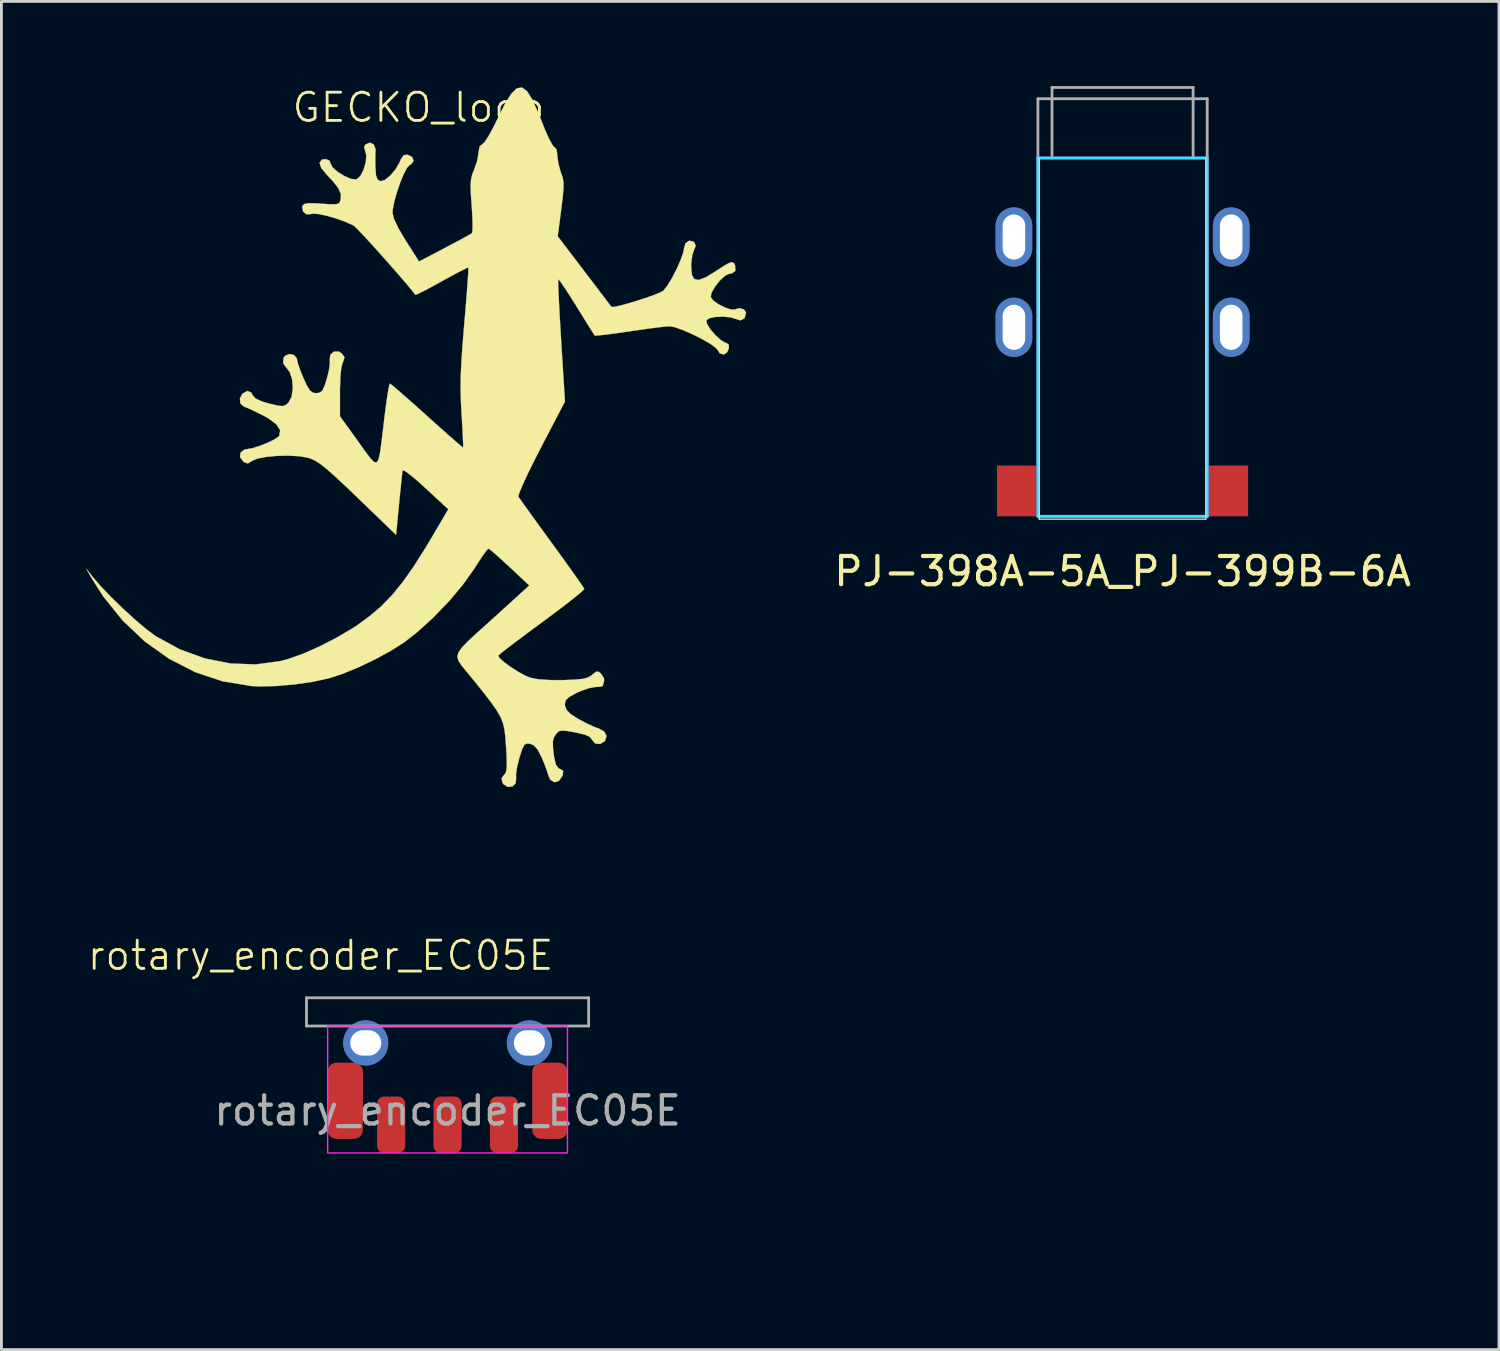
<source format=kicad_pcb>
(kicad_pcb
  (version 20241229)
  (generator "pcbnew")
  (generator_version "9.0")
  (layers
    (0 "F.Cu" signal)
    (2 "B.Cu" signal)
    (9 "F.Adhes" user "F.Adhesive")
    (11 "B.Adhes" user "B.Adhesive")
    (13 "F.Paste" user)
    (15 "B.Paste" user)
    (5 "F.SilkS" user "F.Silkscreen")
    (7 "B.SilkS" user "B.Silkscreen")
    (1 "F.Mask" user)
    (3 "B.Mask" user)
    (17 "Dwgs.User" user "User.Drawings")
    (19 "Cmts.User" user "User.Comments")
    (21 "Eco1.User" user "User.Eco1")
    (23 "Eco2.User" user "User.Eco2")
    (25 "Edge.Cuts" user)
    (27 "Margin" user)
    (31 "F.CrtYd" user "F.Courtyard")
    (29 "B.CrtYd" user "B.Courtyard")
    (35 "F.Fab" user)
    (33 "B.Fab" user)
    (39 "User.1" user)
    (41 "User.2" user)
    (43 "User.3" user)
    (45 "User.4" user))
  (footprint "rotary_encoder_EC05E"
    (layer "F.Cu")
    (at 12.812 33.813)
    (property "Reference" "rotary_encoder_EC05E" (at -4.5 -3 0) (unlocked yes) (layer "F.SilkS") (effects (font (size 1 1) (thickness 0.1))))
    (attr through_hole)
    (fp_rect (start -4.25 -0.5) (end 4.25 4) (stroke (width 0.05) (type default)) (fill no) (layer "F.CrtYd"))
    (fp_line (start -5 -1.5) (end 5 -1.5) (stroke (width 0.1) (type default)) (layer "F.Fab"))
    (fp_line (start -5 -0.5) (end -5 -1.5) (stroke (width 0.1) (type default)) (layer "F.Fab"))
    (fp_line (start 5 -1.5) (end 5 -0.5) (stroke (width 0.1) (type default)) (layer "F.Fab"))
    (fp_line (start 5 -0.5) (end -5 -0.5) (stroke (width 0.1) (type default)) (layer "F.Fab"))
    (fp_line (start 2.4 -1) (end 2.4 -3.5) (stroke (width 0.1) (type default)) (layer "User.9"))
    (fp_line (start 3.4 -1) (end 3.4 -3.5) (stroke (width 0.1) (type default)) (layer "User.9"))
    (fp_text user "${REFERENCE}" (at 0 2.5 0) (unlocked yes) (layer "F.Fab") (effects (font (size 1 1) (thickness 0.15))))
    (dimension (type orthogonal) (layer "User.8") (pts (xy 9.187 34.613) (xy 12.812 33.813)) (height -2.5) (orientation 1) (format (prefix "") (suffix "") (units 3) (units_format 1) (precision 2)) (style (thickness 0.1) (arrow_length 0.6) (text_position_mode 0) (arrow_direction outward) (extension_height 0.586) (extension_offset 0.5) (keep_text_aligned yes)) (gr_text "0.80 mm" (at 6.087 34.213 90) (layer "User.8") (effects (font (size 0.5 0.5) (thickness 0.1)))))
    (dimension (type orthogonal) (layer "User.8") (pts (xy 10.812 35.813) (xy 12.812 33.813)) (height -6.5) (orientation 1) (format (prefix "") (suffix "") (units 3) (units_format 1) (precision 2)) (style (thickness 0.1) (arrow_length 0.6) (text_position_mode 0) (arrow_direction outward) (extension_height 0.586) (extension_offset 0.5) (keep_text_aligned yes)) (gr_text "2.00 mm" (at 3.712 34.813 90) (layer "User.8") (effects (font (size 0.5 0.5) (thickness 0.1)))))
    (dimension (type orthogonal) (layer "User.8") (pts (xy 14.812 36.313) (xy 10.812 36.313)) (height 2) (orientation 0) (format (prefix "") (suffix "") (units 3) (units_format 1) (precision 2)) (style (thickness 0.1) (arrow_length 0.6) (text_position_mode 2) (arrow_direction outward) (extension_height 0.586) (extension_offset 0.5) (keep_text_aligned yes)) (gr_text "4.00 mm" (at 12.812 39.313 0) (layer "User.8") (effects (font (size 0.5 0.5) (thickness 0.1)))))
    (dimension (type orthogonal) (layer "User.8") (pts (xy 17.062 35.813) (xy 8.562 35.963)) (height 4.5) (orientation 0) (format (prefix "") (suffix "") (units 3) (units_format 1) (precision 2)) (style (thickness 0.1) (arrow_length 0.6) (text_position_mode 2) (arrow_direction outward) (extension_height 0.586) (extension_offset 0.5) (keep_text_aligned yes)) (gr_text "8.50 mm" (at 12.812 41.313 0) (layer "User.8") (effects (font (size 0.5 0.5) (thickness 0.1)))))
    (dimension (type orthogonal) (layer "User.9") (pts (xy 16.212 30.313) (xy 12.812 30.313)) (height -1) (orientation 0) (format (prefix "") (suffix "") (units 3) (units_format 1) (precision 2)) (style (thickness 0.1) (arrow_length 0.6) (text_position_mode 2) (arrow_direction outward) (extension_height 0.586) (extension_offset 0.5) (keep_text_aligned yes)) (gr_text "3.40 mm" (at 14.812 28.313 0) (layer "User.9") (effects (font (size 0.5 0.5) (thickness 0.1)))))
    (dimension (type orthogonal) (layer "User.9") (pts (xy 15.212 30.063) (xy 12.812 28.313)) (height 0.25) (orientation 0) (format (prefix "") (suffix "") (units 3) (units_format 1) (precision 2)) (style (thickness 0.1) (arrow_length 0.6) (text_position_mode 2) (arrow_direction outward) (extension_height 0.586) (extension_offset 0.5) (keep_text_aligned yes)) (gr_text "2.40 mm" (at 12.812 30.313 0) (layer "User.9") (effects (font (size 0.5 0.5) (thickness 0.1)))))
    (pad "A" smd roundrect (at 2 3) (size 1 2) (layers "F.Cu" "F.Mask" "F.Paste") (roundrect_rratio 0.25))
    (pad "B" smd roundrect (at -2 3) (size 1 2) (layers "F.Cu" "F.Mask" "F.Paste") (roundrect_rratio 0.25))
    (pad "C" smd roundrect (at 0 3) (size 1 2) (layers "F.Cu" "F.Mask" "F.Paste") (roundrect_rratio 0.25))
    (pad "nc" smd roundrect (at -3.625 2.15) (size 1.25 2.7) (layers "F.Cu" "F.Mask" "F.Paste") (roundrect_rratio 0.25))
    (pad "nc" thru_hole circle (at -2.9 0.1) (size 1.6 1.6) (drill oval 1.1 0.9) (layers "*.Cu" "*.Mask"))
    (pad "nc" thru_hole circle (at 2.9 0.1) (size 1.6 1.6) (drill oval 1.1 0.9) (layers "*.Cu" "*.Mask"))
    (pad "nc" smd roundrect (at 3.625 2.15) (size 1.25 2.7) (layers "F.Cu" "F.Mask" "F.Paste") (roundrect_rratio 0.25)))
  (footprint "PJ-398A-5A_PJ-399B-6A"
    (layer "F.Cu")
    (at 36.735 2.55)
    (property "Reference" "PJ-398A-5A_PJ-399B-6A" (at 0 14.65 0) (layer "F.SilkS") (effects (font (size 1 1) (thickness 0.15))))
    (attr through_hole)
    (fp_line (start -2.95 -0.01) (end -2.95 12.8) (stroke (width 0.05) (type default)) (layer "Edge.Cuts"))
    (fp_line (start -2.95 12.8) (end 2.95 12.8) (stroke (width 0.05) (type default)) (layer "Edge.Cuts"))
    (fp_line (start 2.95 12.8) (end 2.95 0) (stroke (width 0.05) (type default)) (layer "Edge.Cuts"))
    (fp_line (start -3 0) (end -3 12.7) (stroke (width 0.1) (type solid)) (layer "B.CrtYd"))
    (fp_line (start -3 0) (end 3 0) (stroke (width 0.1) (type solid)) (layer "B.CrtYd"))
    (fp_line (start -3 12.7) (end 3 12.7) (stroke (width 0.1) (type solid)) (layer "B.CrtYd"))
    (fp_line (start 3 0) (end 3 12.7) (stroke (width 0.1) (type solid)) (layer "B.CrtYd"))
    (fp_line (start -3 0) (end -3 12.7) (stroke (width 0.1) (type solid)) (layer "F.CrtYd"))
    (fp_line (start -3 0) (end 3 0) (stroke (width 0.1) (type solid)) (layer "F.CrtYd"))
    (fp_line (start -3 12.7) (end 3 12.7) (stroke (width 0.1) (type solid)) (layer "F.CrtYd"))
    (fp_line (start 3 0) (end 3 12.7) (stroke (width 0.1) (type solid)) (layer "F.CrtYd"))
    (fp_line (start -3 -2.1) (end 3 -2.1) (stroke (width 0.1) (type default)) (layer "F.Fab"))
    (fp_line (start -3 0) (end -3 -2.1) (stroke (width 0.1) (type default)) (layer "F.Fab"))
    (fp_line (start -2.5 -2.5) (end -2.5 0) (stroke (width 0.1) (type default)) (layer "F.Fab"))
    (fp_line (start -2.5 -2.5) (end 2.5 -2.5) (stroke (width 0.1) (type default)) (layer "F.Fab"))
    (fp_line (start 2.5 -2.5) (end 2.5 0) (stroke (width 0.1) (type default)) (layer "F.Fab"))
    (fp_line (start 3 0) (end 3 -2.1) (stroke (width 0.1) (type default)) (layer "F.Fab"))
    (fp_rect (start -2.95 -0.01) (end 2.95 12.7) (stroke (width 0.1) (type default)) (fill no) (layer "User.2"))
    (pad "R" thru_hole oval (at -3.85 6) (size 1.3 2.1) (drill oval 0.8 1.6) (layers "*.Cu" "*.Mask"))
    (pad "R" thru_hole oval (at 3.85 6) (size 1.3 2.1) (drill oval 0.8 1.6) (layers "*.Cu" "*.Mask"))
    (pad "S" thru_hole oval (at -3.85 2.8) (size 1.3 2.1) (drill oval 0.8 1.6) (layers "*.Cu" "*.Mask"))
    (pad "S" thru_hole oval (at 3.85 2.8) (size 1.3 2.1) (drill oval 0.8 1.6) (layers "*.Cu" "*.Mask"))
    (pad "T" smd rect (at -3.75 11.8) (size 1.4 1.8) (layers "F.Cu" "F.Mask" "F.Paste"))
    (pad "T" smd rect (at 3.75 11.8) (size 1.4 1.8) (layers "F.Cu" "F.Mask" "F.Paste")))
  (footprint "GECKO_logo"
    (layer "F.Cu")
    (at 13.312 10.15)
    (property "Reference" "GECKO_logo" (at -1.53 -9.39 0) (unlocked yes) (layer "F.SilkS") (effects (font (size 1 1) (thickness 0.1))))
    (attr smd)
    (fp_poly (pts (xy 2.32 -9.964) (xy 2.508 -9.665) (xy 2.715 -9.202) (xy 2.807 -8.969) (xy 2.957 -8.594) (xy 3.096 -8.285) (xy 3.21 -8.073) (xy 3.282 -7.987) (xy 3.286 -7.987) (xy 3.361 -7.91) (xy 3.391 -7.703) (xy 3.391 -7.692) (xy 3.425 -7.414) (xy 3.507 -7.112) (xy 3.523 -7.069) (xy 3.579 -6.908) (xy 3.608 -6.744) (xy 3.61 -6.537) (xy 3.586 -6.246) (xy 3.535 -5.832) (xy 3.529 -5.783) (xy 3.404 -4.825) (xy 4.344 -3.591) (xy 4.644 -3.197) (xy 4.907 -2.852) (xy 5.117 -2.576) (xy 5.256 -2.393) (xy 5.309 -2.323) (xy 5.403 -2.323) (xy 5.615 -2.369) (xy 5.907 -2.448) (xy 6.238 -2.548) (xy 6.569 -2.656) (xy 6.859 -2.761) (xy 7.068 -2.849) (xy 7.147 -2.895) (xy 7.285 -3.066) (xy 7.45 -3.338) (xy 7.617 -3.661) (xy 7.76 -3.983) (xy 7.855 -4.253) (xy 7.879 -4.389) (xy 7.933 -4.578) (xy 8.062 -4.67) (xy 8.215 -4.633) (xy 8.242 -4.609) (xy 8.296 -4.488) (xy 8.236 -4.345) (xy 8.175 -4.163) (xy 8.138 -3.894) (xy 8.133 -3.761) (xy 8.158 -3.468) (xy 8.243 -3.309) (xy 8.403 -3.278) (xy 8.653 -3.373) (xy 8.99 -3.578) (xy 9.288 -3.773) (xy 9.478 -3.88) (xy 9.59 -3.907) (xy 9.654 -3.865) (xy 9.69 -3.788) (xy 9.702 -3.603) (xy 9.574 -3.508) (xy 9.489 -3.5) (xy 9.34 -3.432) (xy 9.157 -3.264) (xy 8.983 -3.047) (xy 8.859 -2.832) (xy 8.826 -2.676) (xy 8.915 -2.551) (xy 9.103 -2.417) (xy 9.334 -2.301) (xy 9.551 -2.231) (xy 9.698 -2.233) (xy 9.709 -2.241) (xy 9.855 -2.279) (xy 10.007 -2.23) (xy 10.079 -2.12) (xy 10.079 -2.115) (xy 10.023 -1.916) (xy 9.883 -1.846) (xy 9.758 -1.882) (xy 9.544 -1.95) (xy 9.272 -1.978) (xy 8.998 -1.968) (xy 8.778 -1.922) (xy 8.669 -1.843) (xy 8.697 -1.714) (xy 8.818 -1.526) (xy 8.992 -1.323) (xy 9.18 -1.151) (xy 9.34 -1.053) (xy 9.383 -1.044) (xy 9.468 -0.986) (xy 9.471 -0.854) (xy 9.408 -0.716) (xy 9.293 -0.636) (xy 9.291 -0.636) (xy 9.143 -0.677) (xy 9.093 -0.772) (xy 8.999 -0.881) (xy 8.787 -1.029) (xy 8.497 -1.195) (xy 8.169 -1.359) (xy 7.844 -1.501) (xy 7.563 -1.601) (xy 7.369 -1.638) (xy 7.212 -1.626) (xy 6.923 -1.593) (xy 6.541 -1.542) (xy 6.102 -1.48) (xy 5.95 -1.457) (xy 5.519 -1.395) (xy 5.153 -1.346) (xy 4.88 -1.315) (xy 4.733 -1.305) (xy 4.715 -1.308) (xy 4.664 -1.388) (xy 4.54 -1.585) (xy 4.361 -1.872) (xy 4.144 -2.222) (xy 4.072 -2.338) (xy 3.847 -2.696) (xy 3.654 -2.993) (xy 3.51 -3.203) (xy 3.431 -3.301) (xy 3.423 -3.305) (xy 3.42 -3.216) (xy 3.426 -2.98) (xy 3.442 -2.622) (xy 3.465 -2.162) (xy 3.496 -1.626) (xy 3.526 -1.122) (xy 3.66 1.03) (xy 2.806 2.668) (xy 2.559 3.152) (xy 2.345 3.588) (xy 2.175 3.953) (xy 2.06 4.225) (xy 2.01 4.38) (xy 2.011 4.404) (xy 2.076 4.498) (xy 2.225 4.708) (xy 2.445 5.013) (xy 2.719 5.393) (xy 3.033 5.825) (xy 3.198 6.052) (xy 3.523 6.5) (xy 3.813 6.904) (xy 4.054 7.243) (xy 4.231 7.496) (xy 4.33 7.644) (xy 4.346 7.672) (xy 4.286 7.74) (xy 4.108 7.891) (xy 3.831 8.112) (xy 3.475 8.386) (xy 3.058 8.699) (xy 2.841 8.859) (xy 2.399 9.185) (xy 2.006 9.479) (xy 1.68 9.725) (xy 1.443 9.91) (xy 1.313 10.017) (xy 1.295 10.036) (xy 1.343 10.124) (xy 1.501 10.266) (xy 1.73 10.434) (xy 1.99 10.601) (xy 2.242 10.74) (xy 2.418 10.815) (xy 2.724 10.875) (xy 3.164 10.904) (xy 3.603 10.904) (xy 4.011 10.887) (xy 4.287 10.86) (xy 4.468 10.815) (xy 4.592 10.745) (xy 4.629 10.713) (xy 4.767 10.603) (xy 4.862 10.609) (xy 4.952 10.688) (xy 5.045 10.846) (xy 5.047 10.954) (xy 5.005 11.084) (xy 5 11.112) (xy 4.926 11.137) (xy 4.748 11.148) (xy 4.743 11.148) (xy 4.521 11.186) (xy 4.234 11.285) (xy 4.061 11.363) (xy 3.815 11.499) (xy 3.692 11.609) (xy 3.657 11.731) (xy 3.661 11.805) (xy 3.716 11.96) (xy 3.861 12.107) (xy 4.13 12.278) (xy 4.161 12.296) (xy 4.447 12.446) (xy 4.706 12.565) (xy 4.851 12.616) (xy 5.052 12.724) (xy 5.135 12.889) (xy 5.076 13.063) (xy 4.91 13.168) (xy 4.735 13.151) (xy 4.622 13.02) (xy 4.622 13.019) (xy 4.541 12.916) (xy 4.353 12.832) (xy 4.027 12.756) (xy 4.019 12.755) (xy 3.719 12.703) (xy 3.539 12.691) (xy 3.432 12.722) (xy 3.354 12.801) (xy 3.347 12.809) (xy 3.267 12.939) (xy 3.232 13.088) (xy 3.237 13.305) (xy 3.275 13.626) (xy 3.336 13.897) (xy 3.434 14.031) (xy 3.487 14.054) (xy 3.596 14.118) (xy 3.586 14.256) (xy 3.573 14.294) (xy 3.448 14.474) (xy 3.289 14.523) (xy 3.145 14.439) (xy 3.084 14.307) (xy 3.015 14.092) (xy 2.905 13.805) (xy 2.833 13.635) (xy 2.688 13.357) (xy 2.547 13.208) (xy 2.424 13.16) (xy 2.304 13.15) (xy 2.221 13.199) (xy 2.148 13.339) (xy 2.061 13.604) (xy 2.045 13.658) (xy 1.968 13.963) (xy 1.927 14.225) (xy 1.93 14.374) (xy 1.916 14.56) (xy 1.798 14.672) (xy 1.634 14.69) (xy 1.482 14.594) (xy 1.449 14.543) (xy 1.414 14.381) (xy 1.497 14.271) (xy 1.557 14.197) (xy 1.591 14.074) (xy 1.601 13.87) (xy 1.591 13.552) (xy 1.574 13.268) (xy 1.55 12.933) (xy 1.519 12.665) (xy 1.467 12.434) (xy 1.379 12.213) (xy 1.242 11.975) (xy 1.042 11.69) (xy 0.765 11.331) (xy 0.396 10.871) (xy 0.361 10.827) (xy 0.15 10.573) (xy -0.011 10.376) (xy -0.115 10.217) (xy -0.152 10.074) (xy -0.116 9.927) (xy 0.003 9.754) (xy 0.213 9.536) (xy 0.52 9.251) (xy 0.935 8.879) (xy 1.222 8.619) (xy 2.398 7.55) (xy 1.697 6.894) (xy 1.414 6.633) (xy 1.177 6.421) (xy 1.011 6.282) (xy 0.945 6.239) (xy 0.882 6.307) (xy 0.751 6.488) (xy 0.574 6.754) (xy 0.431 6.977) (xy 0.037 7.531) (xy -0.46 8.12) (xy -1.017 8.697) (xy -1.59 9.216) (xy -2.04 9.566) (xy -2.505 9.862) (xy -3.061 10.165) (xy -3.651 10.447) (xy -4.219 10.681) (xy -4.694 10.837) (xy -5.266 10.961) (xy -5.911 11.055) (xy -6.565 11.113) (xy -7.161 11.128) (xy -7.45 11.114) (xy -8.462 10.948) (xy -9.439 10.623) (xy -10.367 10.148) (xy -11.231 9.534) (xy -12.017 8.79) (xy -12.712 7.924) (xy -13.112 7.295) (xy -13.307 6.957) (xy -13.072 7.253) (xy -12.786 7.585) (xy -12.417 7.969) (xy -12.003 8.371) (xy -11.583 8.755) (xy -11.193 9.086) (xy -10.87 9.329) (xy -10.833 9.354) (xy -9.99 9.813) (xy -9.102 10.135) (xy -8.195 10.315) (xy -7.293 10.348) (xy -6.423 10.23) (xy -6.149 10.158) (xy -5.617 9.968) (xy -5.015 9.701) (xy -4.405 9.386) (xy -3.846 9.054) (xy -3.713 8.966) (xy -3.257 8.634) (xy -2.848 8.283) (xy -2.466 7.891) (xy -2.092 7.432) (xy -1.704 6.883) (xy -1.283 6.219) (xy -0.968 5.691) (xy -0.474 4.849) (xy -1.272 4.109) (xy -1.57 3.84) (xy -1.822 3.631) (xy -2.002 3.499) (xy -2.089 3.464) (xy -2.093 3.469) (xy -2.109 3.588) (xy -2.137 3.84) (xy -2.173 4.19) (xy -2.214 4.602) (xy -2.22 4.663) (xy -2.324 5.756) (xy -3.682 4.446) (xy -4.142 4.006) (xy -4.503 3.67) (xy -4.782 3.423) (xy -5.001 3.249) (xy -5.178 3.134) (xy -5.333 3.06) (xy -5.444 3.023) (xy -5.748 2.97) (xy -6.125 2.948) (xy -6.528 2.956) (xy -6.91 2.991) (xy -7.224 3.049) (xy -7.424 3.129) (xy -7.441 3.143) (xy -7.579 3.227) (xy -7.716 3.176) (xy -7.736 3.162) (xy -7.854 3.001) (xy -7.836 2.838) (xy -7.697 2.732) (xy -7.608 2.719) (xy -7.409 2.683) (xy -7.14 2.597) (xy -6.859 2.484) (xy -6.62 2.366) (xy -6.479 2.266) (xy -6.469 2.253) (xy -6.433 2.052) (xy -6.565 1.84) (xy -6.864 1.618) (xy -7.041 1.521) (xy -7.33 1.379) (xy -7.574 1.265) (xy -7.721 1.206) (xy -7.843 1.098) (xy -7.859 0.921) (xy -7.768 0.751) (xy -7.597 0.655) (xy -7.457 0.712) (xy -7.407 0.809) (xy -7.302 0.928) (xy -7.058 1.036) (xy -6.83 1.101) (xy -6.541 1.171) (xy -6.365 1.193) (xy -6.254 1.167) (xy -6.157 1.09) (xy -6.138 1.071) (xy -6.027 0.86) (xy -5.984 0.564) (xy -6.007 0.249) (xy -6.095 -0.016) (xy -6.18 -0.127) (xy -6.327 -0.324) (xy -6.313 -0.516) (xy -6.253 -0.594) (xy -6.103 -0.654) (xy -5.94 -0.615) (xy -5.842 -0.501) (xy -5.837 -0.463) (xy -5.805 -0.318) (xy -5.72 -0.073) (xy -5.607 0.204) (xy -5.473 0.491) (xy -5.367 0.652) (xy -5.26 0.721) (xy -5.155 0.734) (xy -5.026 0.716) (xy -4.935 0.637) (xy -4.854 0.46) (xy -4.781 0.232) (xy -4.707 -0.065) (xy -4.67 -0.318) (xy -4.675 -0.447) (xy -4.656 -0.626) (xy -4.532 -0.735) (xy -4.36 -0.743) (xy -4.242 -0.67) (xy -4.152 -0.534) (xy -4.199 -0.384) (xy -4.209 -0.367) (xy -4.262 -0.189) (xy -4.297 0.133) (xy -4.313 0.575) (xy -4.313 0.677) (xy -4.313 1.553) (xy -3.659 2.461) (xy -3.42 2.795) (xy -3.241 3.035) (xy -3.111 3.171) (xy -3.018 3.192) (xy -2.949 3.09) (xy -2.894 2.854) (xy -2.841 2.474) (xy -2.778 1.941) (xy -2.748 1.686) (xy -2.692 1.242) (xy -2.639 0.863) (xy -2.592 0.58) (xy -2.557 0.421) (xy -2.544 0.396) (xy -2.468 0.451) (xy -2.287 0.603) (xy -2.021 0.834) (xy -1.688 1.128) (xy -1.308 1.468) (xy -1.23 1.539) (xy -0.846 1.884) (xy -0.507 2.185) (xy -0.233 2.426) (xy -0.041 2.589) (xy 0.048 2.659) (xy 0.052 2.66) (xy 0.054 2.572) (xy 0.045 2.347) (xy 0.029 2.015) (xy 0.005 1.606) (xy -0.005 1.453) (xy -0.028 0.997) (xy -0.038 0.563) (xy -0.032 0.114) (xy -0.009 -0.388) (xy 0.032 -0.982) (xy 0.091 -1.705) (xy 0.092 -1.712) (xy 0.14 -2.271) (xy 0.18 -2.772) (xy 0.211 -3.189) (xy 0.232 -3.501) (xy 0.24 -3.682) (xy 0.238 -3.718) (xy 0.159 -3.689) (xy -0.039 -3.592) (xy -0.325 -3.44) (xy -0.672 -3.25) (xy -0.703 -3.233) (xy -1.052 -3.041) (xy -1.344 -2.886) (xy -1.548 -2.785) (xy -1.637 -2.75) (xy -1.638 -2.751) (xy -1.773 -2.923) (xy -1.986 -3.177) (xy -2.254 -3.488) (xy -2.556 -3.832) (xy -2.869 -4.185) (xy -3.171 -4.52) (xy -3.441 -4.814) (xy -3.655 -5.041) (xy -3.793 -5.178) (xy -3.826 -5.204) (xy -4.115 -5.336) (xy -4.451 -5.458) (xy -4.788 -5.555) (xy -5.081 -5.616) (xy -5.283 -5.629) (xy -5.33 -5.616) (xy -5.496 -5.602) (xy -5.622 -5.704) (xy -5.651 -5.87) (xy -5.64 -5.905) (xy -5.58 -5.968) (xy -5.441 -5.996) (xy -5.188 -5.994) (xy -4.966 -5.98) (xy -4.645 -5.959) (xy -4.453 -5.961) (xy -4.353 -5.995) (xy -4.305 -6.07) (xy -4.287 -6.132) (xy -4.281 -6.32) (xy -4.37 -6.53) (xy -4.571 -6.789) (xy -4.787 -7.015) (xy -4.979 -7.251) (xy -5.037 -7.432) (xy -4.96 -7.54) (xy -4.824 -7.564) (xy -4.679 -7.505) (xy -4.652 -7.415) (xy -4.58 -7.275) (xy -4.401 -7.114) (xy -4.166 -6.966) (xy -3.93 -6.863) (xy -3.745 -6.838) (xy -3.726 -6.842) (xy -3.592 -6.96) (xy -3.477 -7.184) (xy -3.399 -7.451) (xy -3.38 -7.699) (xy -3.417 -7.837) (xy -3.457 -8) (xy -3.407 -8.081) (xy -3.254 -8.145) (xy -3.116 -8.079) (xy -3.052 -7.918) (xy -3.053 -7.883) (xy -3.06 -7.685) (xy -3.06 -7.403) (xy -3.056 -7.256) (xy -3.036 -6.986) (xy -2.984 -6.842) (xy -2.886 -6.78) (xy -2.88 -6.779) (xy -2.73 -6.817) (xy -2.542 -6.965) (xy -2.354 -7.184) (xy -2.206 -7.432) (xy -2.159 -7.549) (xy -2.056 -7.699) (xy -1.915 -7.717) (xy -1.759 -7.64) (xy -1.706 -7.51) (xy -1.772 -7.391) (xy -1.836 -7.359) (xy -1.933 -7.258) (xy -2.052 -7.034) (xy -2.178 -6.731) (xy -2.295 -6.39) (xy -2.389 -6.055) (xy -2.443 -5.767) (xy -2.45 -5.654) (xy -2.398 -5.441) (xy -2.247 -5.12) (xy -2.009 -4.714) (xy -1.98 -4.669) (xy -1.511 -3.932) (xy -0.605 -4.406) (xy -0.248 -4.595) (xy 0.053 -4.757) (xy 0.268 -4.876) (xy 0.364 -4.934) (xy 0.364 -4.934) (xy 0.383 -5.036) (xy 0.387 -5.269) (xy 0.375 -5.598) (xy 0.355 -5.913) (xy 0.325 -6.338) (xy 0.317 -6.637) (xy 0.334 -6.853) (xy 0.377 -7.028) (xy 0.438 -7.179) (xy 0.538 -7.46) (xy 0.592 -7.733) (xy 0.596 -7.79) (xy 0.638 -8.012) (xy 0.731 -8.087) (xy 0.82 -8.172) (xy 0.957 -8.383) (xy 1.125 -8.69) (xy 1.278 -9.003) (xy 1.536 -9.522) (xy 1.758 -9.878) (xy 1.956 -10.07) (xy 2.14 -10.099) (xy 2.32 -9.964)) (stroke (width 0.01) (type solid)) (fill yes) (layer "F.SilkS")))
  (gr_rect
    (start -3 -3)
    (end 50.075 44.781)
    (stroke (width 0.1) (type default))
    (fill no)
    (layer "Edge.Cuts")))
</source>
